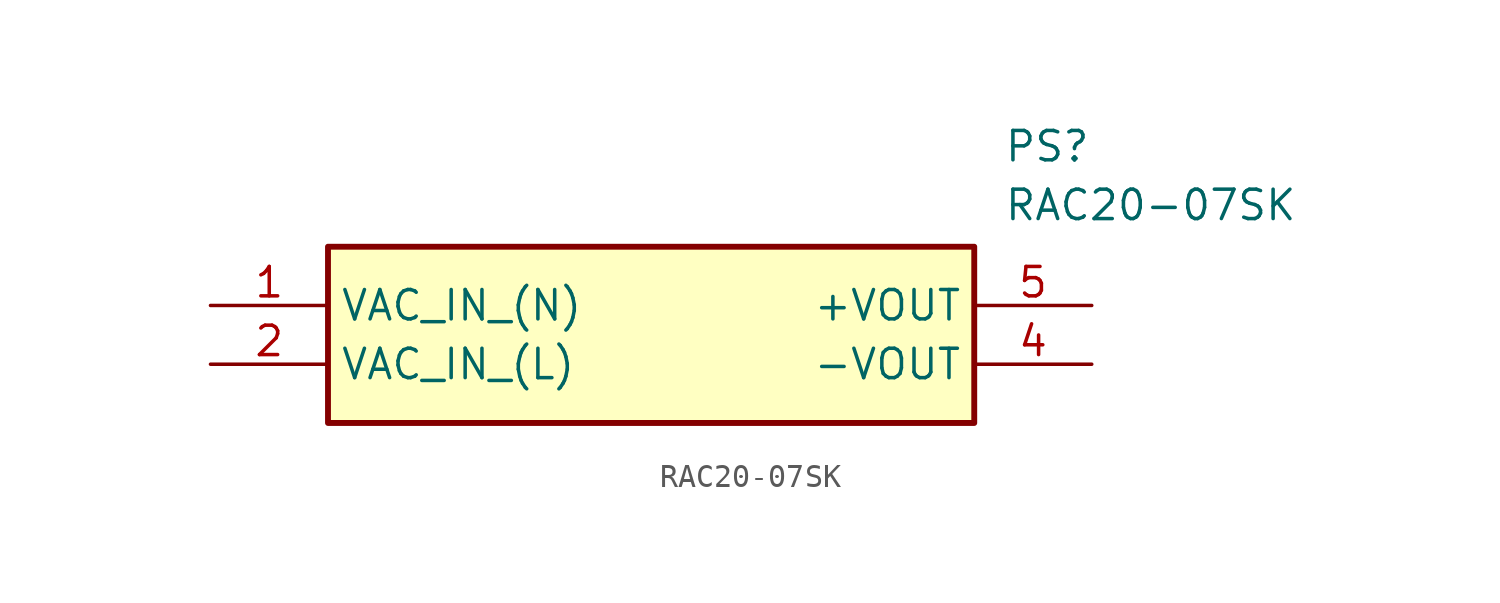
<source format=kicad_sym>
(kicad_symbol_lib
  (version 20211014)
  (generator SamacSys_ECAD_Model)
  (symbol "RAC20-07SK"
    (property "Reference" "PS"
      (at 34.29 7.62 0)
      (effects (font (size 1.27 1.27)) (justify left top)))
    (property "Value" "RAC20-07SK"
      (at 34.29 5.08 0)
      (effects (font (size 1.27 1.27)) (justify left top)))
    (rectangle
      (start 5.08 2.54)
      (end 33.02 -5.08)
      (stroke (width 0.254) (type default))
      (fill (type background)))
    (pin passive line
      (at 0 0 0)
      (length 5.08)
      (name "VAC_IN_(N)" (effects (font (size 1.27 1.27))))
      (number "1" (effects (font (size 1.27 1.27)))))
    (pin passive line
      (at 0 -2.54 0)
      (length 5.08)
      (name "VAC_IN_(L)" (effects (font (size 1.27 1.27))))
      (number "2" (effects (font (size 1.27 1.27)))))
    (pin passive line
      (at 38.1 -2.54 180)
      (length 5.08)
      (name "-VOUT" (effects (font (size 1.27 1.27))))
      (number "4" (effects (font (size 1.27 1.27)))))
    (pin passive line
      (at 38.1 0 180)
      (length 5.08)
      (name "+VOUT" (effects (font (size 1.27 1.27))))
      (number "5" (effects (font (size 1.27 1.27)))))))
</source>
